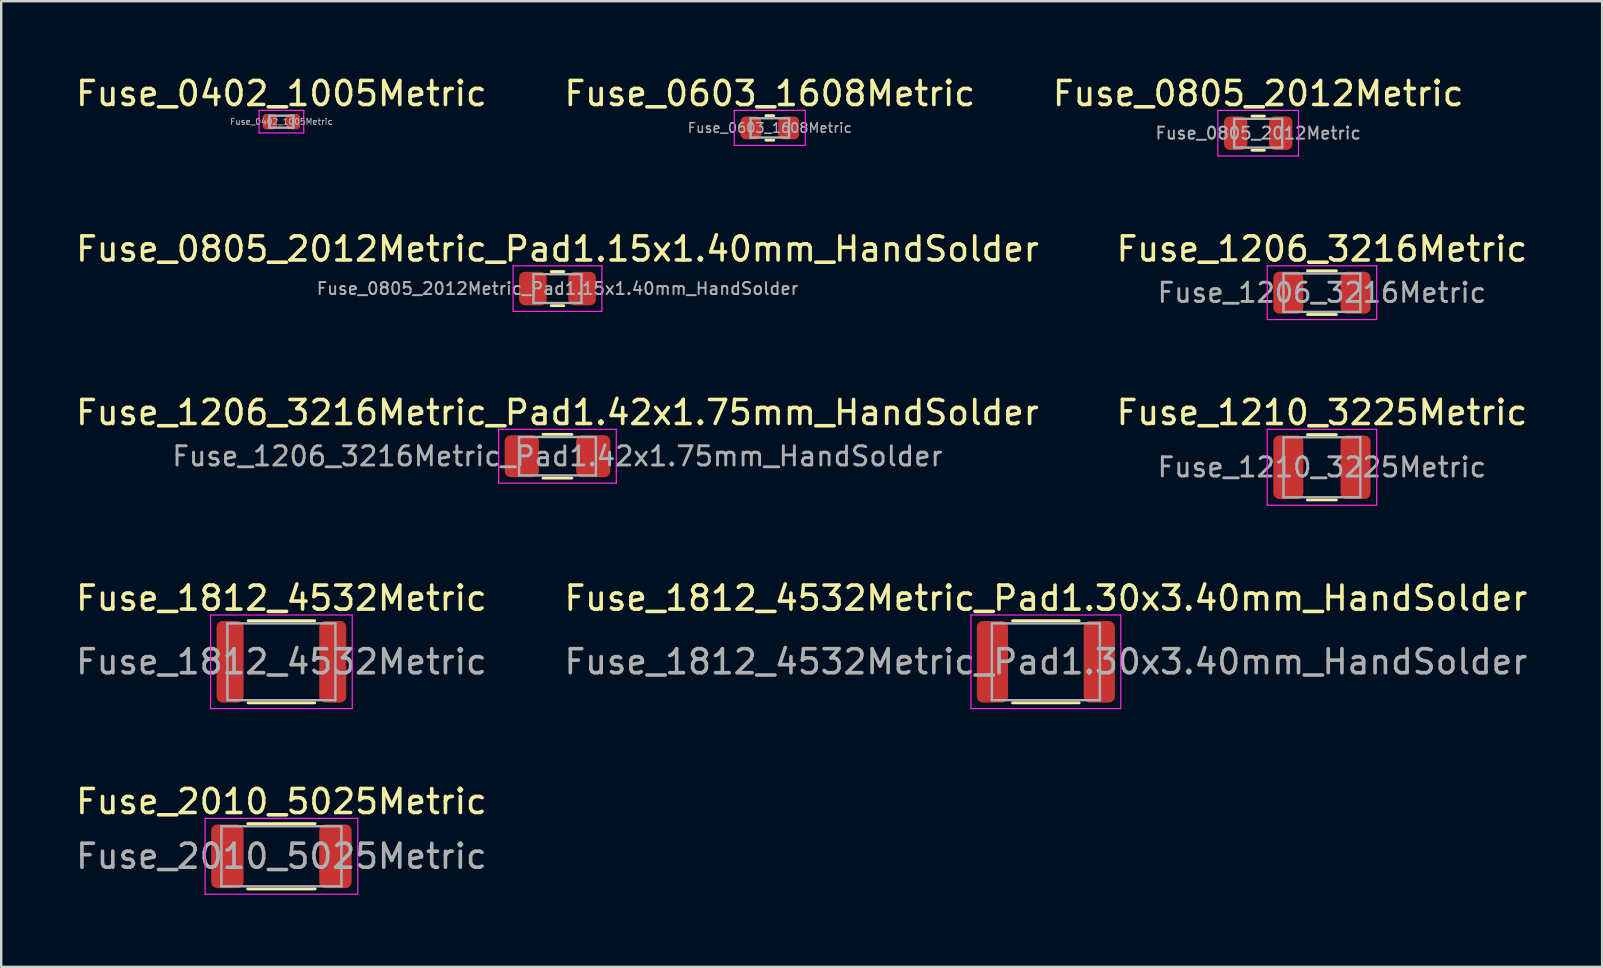
<source format=kicad_pcb>
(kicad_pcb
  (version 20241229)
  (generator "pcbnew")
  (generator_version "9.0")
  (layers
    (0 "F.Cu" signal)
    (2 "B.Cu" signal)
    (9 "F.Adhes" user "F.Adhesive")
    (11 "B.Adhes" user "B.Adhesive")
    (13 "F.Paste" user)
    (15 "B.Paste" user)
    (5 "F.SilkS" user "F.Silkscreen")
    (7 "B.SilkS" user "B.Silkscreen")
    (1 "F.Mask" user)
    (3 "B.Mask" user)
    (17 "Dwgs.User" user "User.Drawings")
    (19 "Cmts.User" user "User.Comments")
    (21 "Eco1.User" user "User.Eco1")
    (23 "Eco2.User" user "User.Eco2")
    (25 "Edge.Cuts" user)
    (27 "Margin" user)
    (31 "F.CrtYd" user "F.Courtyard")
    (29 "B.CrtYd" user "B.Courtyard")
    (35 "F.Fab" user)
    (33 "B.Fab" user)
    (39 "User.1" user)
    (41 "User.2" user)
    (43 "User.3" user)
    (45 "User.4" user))
  (footprint "Fuse_0603_1608Metric"
    (layer "F.Cu")
    (at 29.018 2.278)
    (property "Reference" "Fuse_0603_1608Metric" (at 0 -1.43 0) (layer "F.SilkS") (effects (font (size 1 1) (thickness 0.15))))
    (attr smd)
    (fp_line (start -0.163 -0.51) (end 0.163 -0.51) (stroke (width 0.12) (type solid)) (layer "F.SilkS"))
    (fp_line (start -0.163 0.51) (end 0.163 0.51) (stroke (width 0.12) (type solid)) (layer "F.SilkS"))
    (fp_line (start -1.48 -0.73) (end 1.48 -0.73) (stroke (width 0.05) (type solid)) (layer "F.CrtYd"))
    (fp_line (start -1.48 0.73) (end -1.48 -0.73) (stroke (width 0.05) (type solid)) (layer "F.CrtYd"))
    (fp_line (start 1.48 -0.73) (end 1.48 0.73) (stroke (width 0.05) (type solid)) (layer "F.CrtYd"))
    (fp_line (start 1.48 0.73) (end -1.48 0.73) (stroke (width 0.05) (type solid)) (layer "F.CrtYd"))
    (fp_line (start -0.8 -0.4) (end 0.8 -0.4) (stroke (width 0.1) (type solid)) (layer "F.Fab"))
    (fp_line (start -0.8 0.4) (end -0.8 -0.4) (stroke (width 0.1) (type solid)) (layer "F.Fab"))
    (fp_line (start 0.8 -0.4) (end 0.8 0.4) (stroke (width 0.1) (type solid)) (layer "F.Fab"))
    (fp_line (start 0.8 0.4) (end -0.8 0.4) (stroke (width 0.1) (type solid)) (layer "F.Fab"))
    (fp_text user "${REFERENCE}" (at 0 0 0) (layer "F.Fab") (effects (font (size 0.4 0.4) (thickness 0.06))))
    (pad "1" smd roundrect (at -0.787 0) (size 0.875 0.95) (layers "F.Cu" "F.Mask" "F.Paste") (roundrect_rratio 0.25))
    (pad "2" smd roundrect (at 0.787 0) (size 0.875 0.95) (layers "F.Cu" "F.Mask" "F.Paste") (roundrect_rratio 0.25)))
  (footprint "Fuse_1206_3216Metric_Pad1.42x1.75mm_HandSolder"
    (layer "F.Cu")
    (at 20.173 15.955)
    (property "Reference" "Fuse_1206_3216Metric_Pad1.42x1.75mm_HandSolder" (at 0 -1.82 0) (layer "F.SilkS") (effects (font (size 1 1) (thickness 0.15))))
    (attr smd)
    (fp_line (start -0.602 -0.91) (end 0.602 -0.91) (stroke (width 0.12) (type solid)) (layer "F.SilkS"))
    (fp_line (start -0.602 0.91) (end 0.602 0.91) (stroke (width 0.12) (type solid)) (layer "F.SilkS"))
    (fp_line (start -2.45 -1.12) (end 2.45 -1.12) (stroke (width 0.05) (type solid)) (layer "F.CrtYd"))
    (fp_line (start -2.45 1.12) (end -2.45 -1.12) (stroke (width 0.05) (type solid)) (layer "F.CrtYd"))
    (fp_line (start 2.45 -1.12) (end 2.45 1.12) (stroke (width 0.05) (type solid)) (layer "F.CrtYd"))
    (fp_line (start 2.45 1.12) (end -2.45 1.12) (stroke (width 0.05) (type solid)) (layer "F.CrtYd"))
    (fp_line (start -1.6 -0.8) (end 1.6 -0.8) (stroke (width 0.1) (type solid)) (layer "F.Fab"))
    (fp_line (start -1.6 0.8) (end -1.6 -0.8) (stroke (width 0.1) (type solid)) (layer "F.Fab"))
    (fp_line (start 1.6 -0.8) (end 1.6 0.8) (stroke (width 0.1) (type solid)) (layer "F.Fab"))
    (fp_line (start 1.6 0.8) (end -1.6 0.8) (stroke (width 0.1) (type solid)) (layer "F.Fab"))
    (fp_text user "${REFERENCE}" (at 0 0 0) (layer "F.Fab") (effects (font (size 0.8 0.8) (thickness 0.12))))
    (pad "1" smd roundrect (at -1.488 0) (size 1.425 1.75) (layers "F.Cu" "F.Mask" "F.Paste") (roundrect_rratio 0.175))
    (pad "2" smd roundrect (at 1.488 0) (size 1.425 1.75) (layers "F.Cu" "F.Mask" "F.Paste") (roundrect_rratio 0.175)))
  (footprint "Fuse_1206_3216Metric"
    (layer "F.Cu")
    (at 52.018 9.142)
    (property "Reference" "Fuse_1206_3216Metric" (at 0 -1.82 0) (layer "F.SilkS") (effects (font (size 1 1) (thickness 0.15))))
    (attr smd)
    (fp_line (start -0.602 -0.91) (end 0.602 -0.91) (stroke (width 0.12) (type solid)) (layer "F.SilkS"))
    (fp_line (start -0.602 0.91) (end 0.602 0.91) (stroke (width 0.12) (type solid)) (layer "F.SilkS"))
    (fp_line (start -2.28 -1.12) (end 2.28 -1.12) (stroke (width 0.05) (type solid)) (layer "F.CrtYd"))
    (fp_line (start -2.28 1.12) (end -2.28 -1.12) (stroke (width 0.05) (type solid)) (layer "F.CrtYd"))
    (fp_line (start 2.28 -1.12) (end 2.28 1.12) (stroke (width 0.05) (type solid)) (layer "F.CrtYd"))
    (fp_line (start 2.28 1.12) (end -2.28 1.12) (stroke (width 0.05) (type solid)) (layer "F.CrtYd"))
    (fp_line (start -1.6 -0.8) (end 1.6 -0.8) (stroke (width 0.1) (type solid)) (layer "F.Fab"))
    (fp_line (start -1.6 0.8) (end -1.6 -0.8) (stroke (width 0.1) (type solid)) (layer "F.Fab"))
    (fp_line (start 1.6 -0.8) (end 1.6 0.8) (stroke (width 0.1) (type solid)) (layer "F.Fab"))
    (fp_line (start 1.6 0.8) (end -1.6 0.8) (stroke (width 0.1) (type solid)) (layer "F.Fab"))
    (fp_text user "${REFERENCE}" (at 0 0 0) (layer "F.Fab") (effects (font (size 0.8 0.8) (thickness 0.12))))
    (pad "1" smd roundrect (at -1.4 0) (size 1.25 1.75) (layers "F.Cu" "F.Mask" "F.Paste") (roundrect_rratio 0.2))
    (pad "2" smd roundrect (at 1.4 0) (size 1.25 1.75) (layers "F.Cu" "F.Mask" "F.Paste") (roundrect_rratio 0.2)))
  (footprint "Fuse_0805_2012Metric"
    (layer "F.Cu")
    (at 49.363 2.498)
    (property "Reference" "Fuse_0805_2012Metric" (at 0 -1.65 0) (layer "F.SilkS") (effects (font (size 1 1) (thickness 0.15))))
    (attr smd)
    (fp_line (start -0.259 -0.71) (end 0.259 -0.71) (stroke (width 0.12) (type solid)) (layer "F.SilkS"))
    (fp_line (start -0.259 0.71) (end 0.259 0.71) (stroke (width 0.12) (type solid)) (layer "F.SilkS"))
    (fp_line (start -1.68 -0.95) (end 1.68 -0.95) (stroke (width 0.05) (type solid)) (layer "F.CrtYd"))
    (fp_line (start -1.68 0.95) (end -1.68 -0.95) (stroke (width 0.05) (type solid)) (layer "F.CrtYd"))
    (fp_line (start 1.68 -0.95) (end 1.68 0.95) (stroke (width 0.05) (type solid)) (layer "F.CrtYd"))
    (fp_line (start 1.68 0.95) (end -1.68 0.95) (stroke (width 0.05) (type solid)) (layer "F.CrtYd"))
    (fp_line (start -1 -0.6) (end 1 -0.6) (stroke (width 0.1) (type solid)) (layer "F.Fab"))
    (fp_line (start -1 0.6) (end -1 -0.6) (stroke (width 0.1) (type solid)) (layer "F.Fab"))
    (fp_line (start 1 -0.6) (end 1 0.6) (stroke (width 0.1) (type solid)) (layer "F.Fab"))
    (fp_line (start 1 0.6) (end -1 0.6) (stroke (width 0.1) (type solid)) (layer "F.Fab"))
    (fp_text user "${REFERENCE}" (at 0 0 0) (layer "F.Fab") (effects (font (size 0.5 0.5) (thickness 0.08))))
    (pad "1" smd roundrect (at -0.938 0) (size 0.975 1.4) (layers "F.Cu" "F.Mask" "F.Paste") (roundrect_rratio 0.25))
    (pad "2" smd roundrect (at 0.938 0) (size 0.975 1.4) (layers "F.Cu" "F.Mask" "F.Paste") (roundrect_rratio 0.25)))
  (footprint "Fuse_0805_2012Metric_Pad1.15x1.40mm_HandSolder"
    (layer "F.Cu")
    (at 20.173 8.972)
    (property "Reference" "Fuse_0805_2012Metric_Pad1.15x1.40mm_HandSolder" (at 0 -1.65 0) (layer "F.SilkS") (effects (font (size 1 1) (thickness 0.15))))
    (attr smd)
    (fp_line (start -0.261 -0.71) (end 0.261 -0.71) (stroke (width 0.12) (type solid)) (layer "F.SilkS"))
    (fp_line (start -0.261 0.71) (end 0.261 0.71) (stroke (width 0.12) (type solid)) (layer "F.SilkS"))
    (fp_line (start -1.85 -0.95) (end 1.85 -0.95) (stroke (width 0.05) (type solid)) (layer "F.CrtYd"))
    (fp_line (start -1.85 0.95) (end -1.85 -0.95) (stroke (width 0.05) (type solid)) (layer "F.CrtYd"))
    (fp_line (start 1.85 -0.95) (end 1.85 0.95) (stroke (width 0.05) (type solid)) (layer "F.CrtYd"))
    (fp_line (start 1.85 0.95) (end -1.85 0.95) (stroke (width 0.05) (type solid)) (layer "F.CrtYd"))
    (fp_line (start -1 -0.6) (end 1 -0.6) (stroke (width 0.1) (type solid)) (layer "F.Fab"))
    (fp_line (start -1 0.6) (end -1 -0.6) (stroke (width 0.1) (type solid)) (layer "F.Fab"))
    (fp_line (start 1 -0.6) (end 1 0.6) (stroke (width 0.1) (type solid)) (layer "F.Fab"))
    (fp_line (start 1 0.6) (end -1 0.6) (stroke (width 0.1) (type solid)) (layer "F.Fab"))
    (fp_text user "${REFERENCE}" (at 0 0 0) (layer "F.Fab") (effects (font (size 0.5 0.5) (thickness 0.08))))
    (pad "1" smd roundrect (at -1.025 0) (size 1.15 1.4) (layers "F.Cu" "F.Mask" "F.Paste") (roundrect_rratio 0.217))
    (pad "2" smd roundrect (at 1.025 0) (size 1.15 1.4) (layers "F.Cu" "F.Mask" "F.Paste") (roundrect_rratio 0.217)))
  (footprint "Fuse_1812_4532Metric"
    (layer "F.Cu")
    (at 8.673 24.518)
    (property "Reference" "Fuse_1812_4532Metric" (at 0 -2.65 0) (layer "F.SilkS") (effects (font (size 1 1) (thickness 0.15))))
    (attr smd)
    (fp_line (start -1.386 -1.71) (end 1.386 -1.71) (stroke (width 0.12) (type solid)) (layer "F.SilkS"))
    (fp_line (start -1.386 1.71) (end 1.386 1.71) (stroke (width 0.12) (type solid)) (layer "F.SilkS"))
    (fp_line (start -2.95 -1.95) (end 2.95 -1.95) (stroke (width 0.05) (type solid)) (layer "F.CrtYd"))
    (fp_line (start -2.95 1.95) (end -2.95 -1.95) (stroke (width 0.05) (type solid)) (layer "F.CrtYd"))
    (fp_line (start 2.95 -1.95) (end 2.95 1.95) (stroke (width 0.05) (type solid)) (layer "F.CrtYd"))
    (fp_line (start 2.95 1.95) (end -2.95 1.95) (stroke (width 0.05) (type solid)) (layer "F.CrtYd"))
    (fp_line (start -2.25 -1.6) (end 2.25 -1.6) (stroke (width 0.1) (type solid)) (layer "F.Fab"))
    (fp_line (start -2.25 1.6) (end -2.25 -1.6) (stroke (width 0.1) (type solid)) (layer "F.Fab"))
    (fp_line (start 2.25 -1.6) (end 2.25 1.6) (stroke (width 0.1) (type solid)) (layer "F.Fab"))
    (fp_line (start 2.25 1.6) (end -2.25 1.6) (stroke (width 0.1) (type solid)) (layer "F.Fab"))
    (fp_text user "${REFERENCE}" (at 0 0 0) (layer "F.Fab") (effects (font (size 1 1) (thickness 0.15))))
    (pad "1" smd roundrect (at -2.138 0) (size 1.125 3.4) (layers "F.Cu" "F.Mask" "F.Paste") (roundrect_rratio 0.222))
    (pad "2" smd roundrect (at 2.138 0) (size 1.125 3.4) (layers "F.Cu" "F.Mask" "F.Paste") (roundrect_rratio 0.222)))
  (footprint "Fuse_0402_1005Metric"
    (layer "F.Cu")
    (at 8.673 2.018)
    (property "Reference" "Fuse_0402_1005Metric" (at 0 -1.17 0) (layer "F.SilkS") (effects (font (size 1 1) (thickness 0.15))))
    (attr smd)
    (fp_line (start -0.93 -0.47) (end 0.93 -0.47) (stroke (width 0.05) (type solid)) (layer "F.CrtYd"))
    (fp_line (start -0.93 0.47) (end -0.93 -0.47) (stroke (width 0.05) (type solid)) (layer "F.CrtYd"))
    (fp_line (start 0.93 -0.47) (end 0.93 0.47) (stroke (width 0.05) (type solid)) (layer "F.CrtYd"))
    (fp_line (start 0.93 0.47) (end -0.93 0.47) (stroke (width 0.05) (type solid)) (layer "F.CrtYd"))
    (fp_line (start -0.5 -0.25) (end 0.5 -0.25) (stroke (width 0.1) (type solid)) (layer "F.Fab"))
    (fp_line (start -0.5 0.25) (end -0.5 -0.25) (stroke (width 0.1) (type solid)) (layer "F.Fab"))
    (fp_line (start 0.5 -0.25) (end 0.5 0.25) (stroke (width 0.1) (type solid)) (layer "F.Fab"))
    (fp_line (start 0.5 0.25) (end -0.5 0.25) (stroke (width 0.1) (type solid)) (layer "F.Fab"))
    (fp_text user "${REFERENCE}" (at 0 0 0) (layer "F.Fab") (effects (font (size 0.25 0.25) (thickness 0.04))))
    (pad "1" smd roundrect (at -0.485 0) (size 0.59 0.64) (layers "F.Cu" "F.Mask" "F.Paste") (roundrect_rratio 0.25))
    (pad "2" smd roundrect (at 0.485 0) (size 0.59 0.64) (layers "F.Cu" "F.Mask" "F.Paste") (roundrect_rratio 0.25)))
  (footprint "Fuse_1812_4532Metric_Pad1.30x3.40mm_HandSolder"
    (layer "F.Cu")
    (at 40.518 24.518)
    (property "Reference" "Fuse_1812_4532Metric_Pad1.30x3.40mm_HandSolder" (at 0 -2.65 0) (layer "F.SilkS") (effects (font (size 1 1) (thickness 0.15))))
    (attr smd)
    (fp_line (start -1.386 -1.71) (end 1.386 -1.71) (stroke (width 0.12) (type solid)) (layer "F.SilkS"))
    (fp_line (start -1.386 1.71) (end 1.386 1.71) (stroke (width 0.12) (type solid)) (layer "F.SilkS"))
    (fp_line (start -3.12 -1.95) (end 3.12 -1.95) (stroke (width 0.05) (type solid)) (layer "F.CrtYd"))
    (fp_line (start -3.12 1.95) (end -3.12 -1.95) (stroke (width 0.05) (type solid)) (layer "F.CrtYd"))
    (fp_line (start 3.12 -1.95) (end 3.12 1.95) (stroke (width 0.05) (type solid)) (layer "F.CrtYd"))
    (fp_line (start 3.12 1.95) (end -3.12 1.95) (stroke (width 0.05) (type solid)) (layer "F.CrtYd"))
    (fp_line (start -2.25 -1.6) (end 2.25 -1.6) (stroke (width 0.1) (type solid)) (layer "F.Fab"))
    (fp_line (start -2.25 1.6) (end -2.25 -1.6) (stroke (width 0.1) (type solid)) (layer "F.Fab"))
    (fp_line (start 2.25 -1.6) (end 2.25 1.6) (stroke (width 0.1) (type solid)) (layer "F.Fab"))
    (fp_line (start 2.25 1.6) (end -2.25 1.6) (stroke (width 0.1) (type solid)) (layer "F.Fab"))
    (fp_text user "${REFERENCE}" (at 0 0 0) (layer "F.Fab") (effects (font (size 1 1) (thickness 0.15))))
    (pad "1" smd roundrect (at -2.225 0) (size 1.3 3.4) (layers "F.Cu" "F.Mask" "F.Paste") (roundrect_rratio 0.192))
    (pad "2" smd roundrect (at 2.225 0) (size 1.3 3.4) (layers "F.Cu" "F.Mask" "F.Paste") (roundrect_rratio 0.192)))
  (footprint "Fuse_2010_5025Metric"
    (layer "F.Cu")
    (at 8.673 32.621)
    (property "Reference" "Fuse_2010_5025Metric" (at 0 -2.28 0) (layer "F.SilkS") (effects (font (size 1 1) (thickness 0.15))))
    (attr smd)
    (fp_line (start -1.402 -1.36) (end 1.402 -1.36) (stroke (width 0.12) (type solid)) (layer "F.SilkS"))
    (fp_line (start -1.402 1.36) (end 1.402 1.36) (stroke (width 0.12) (type solid)) (layer "F.SilkS"))
    (fp_line (start -3.18 -1.58) (end 3.18 -1.58) (stroke (width 0.05) (type solid)) (layer "F.CrtYd"))
    (fp_line (start -3.18 1.58) (end -3.18 -1.58) (stroke (width 0.05) (type solid)) (layer "F.CrtYd"))
    (fp_line (start 3.18 -1.58) (end 3.18 1.58) (stroke (width 0.05) (type solid)) (layer "F.CrtYd"))
    (fp_line (start 3.18 1.58) (end -3.18 1.58) (stroke (width 0.05) (type solid)) (layer "F.CrtYd"))
    (fp_line (start -2.5 -1.25) (end 2.5 -1.25) (stroke (width 0.1) (type solid)) (layer "F.Fab"))
    (fp_line (start -2.5 1.25) (end -2.5 -1.25) (stroke (width 0.1) (type solid)) (layer "F.Fab"))
    (fp_line (start 2.5 -1.25) (end 2.5 1.25) (stroke (width 0.1) (type solid)) (layer "F.Fab"))
    (fp_line (start 2.5 1.25) (end -2.5 1.25) (stroke (width 0.1) (type solid)) (layer "F.Fab"))
    (fp_text user "${REFERENCE}" (at 0 0 0) (layer "F.Fab") (effects (font (size 1 1) (thickness 0.15))))
    (pad "1" smd roundrect (at -2.25 0) (size 1.35 2.65) (layers "F.Cu" "F.Mask" "F.Paste") (roundrect_rratio 0.185))
    (pad "2" smd roundrect (at 2.25 0) (size 1.35 2.65) (layers "F.Cu" "F.Mask" "F.Paste") (roundrect_rratio 0.185)))
  (footprint "Fuse_1210_3225Metric"
    (layer "F.Cu")
    (at 52.018 16.415)
    (property "Reference" "Fuse_1210_3225Metric" (at 0 -2.28 0) (layer "F.SilkS") (effects (font (size 1 1) (thickness 0.15))))
    (attr smd)
    (fp_line (start -0.602 -1.36) (end 0.602 -1.36) (stroke (width 0.12) (type solid)) (layer "F.SilkS"))
    (fp_line (start -0.602 1.36) (end 0.602 1.36) (stroke (width 0.12) (type solid)) (layer "F.SilkS"))
    (fp_line (start -2.28 -1.58) (end 2.28 -1.58) (stroke (width 0.05) (type solid)) (layer "F.CrtYd"))
    (fp_line (start -2.28 1.58) (end -2.28 -1.58) (stroke (width 0.05) (type solid)) (layer "F.CrtYd"))
    (fp_line (start 2.28 -1.58) (end 2.28 1.58) (stroke (width 0.05) (type solid)) (layer "F.CrtYd"))
    (fp_line (start 2.28 1.58) (end -2.28 1.58) (stroke (width 0.05) (type solid)) (layer "F.CrtYd"))
    (fp_line (start -1.6 -1.25) (end 1.6 -1.25) (stroke (width 0.1) (type solid)) (layer "F.Fab"))
    (fp_line (start -1.6 1.25) (end -1.6 -1.25) (stroke (width 0.1) (type solid)) (layer "F.Fab"))
    (fp_line (start 1.6 -1.25) (end 1.6 1.25) (stroke (width 0.1) (type solid)) (layer "F.Fab"))
    (fp_line (start 1.6 1.25) (end -1.6 1.25) (stroke (width 0.1) (type solid)) (layer "F.Fab"))
    (fp_text user "${REFERENCE}" (at 0 0 0) (layer "F.Fab") (effects (font (size 0.8 0.8) (thickness 0.12))))
    (pad "1" smd roundrect (at -1.4 0) (size 1.25 2.65) (layers "F.Cu" "F.Mask" "F.Paste") (roundrect_rratio 0.2))
    (pad "2" smd roundrect (at 1.4 0) (size 1.25 2.65) (layers "F.Cu" "F.Mask" "F.Paste") (roundrect_rratio 0.2)))
  (gr_rect
    (start -3 -3)
    (end 63.69 37.226)
    (stroke (width 0.1) (type default))
    (fill no)
    (layer "Edge.Cuts")))
</source>
